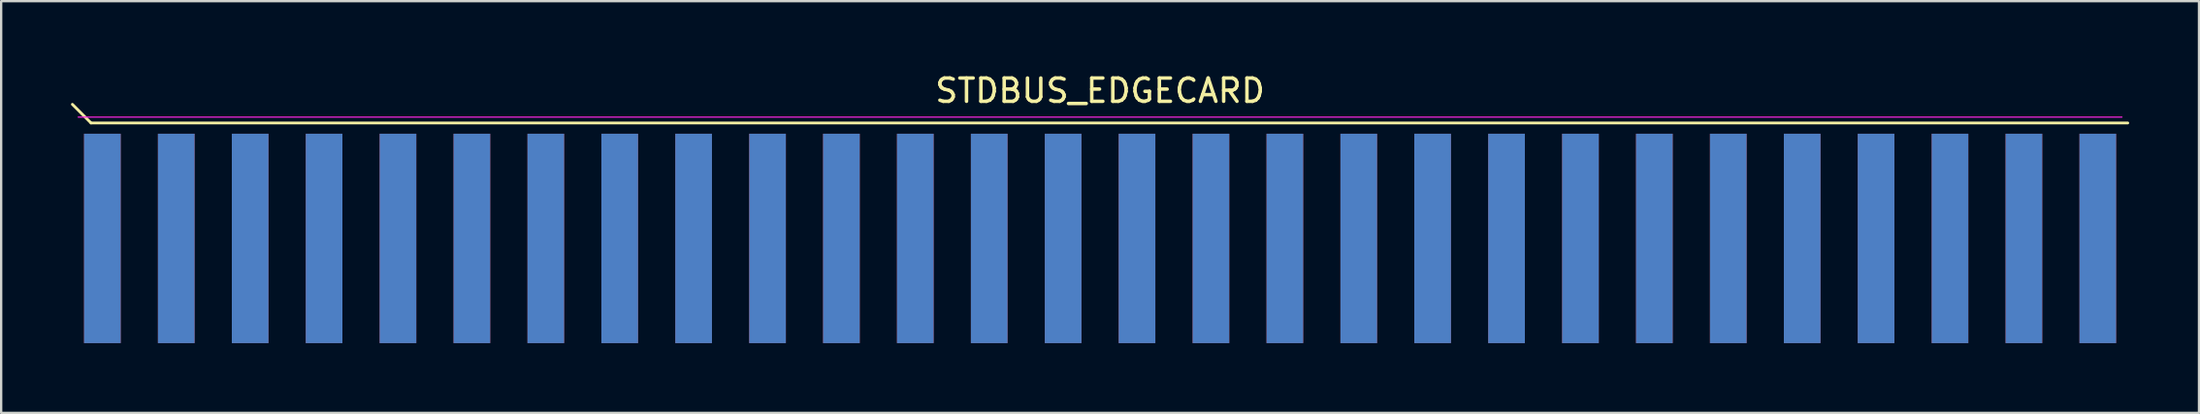
<source format=kicad_pcb>
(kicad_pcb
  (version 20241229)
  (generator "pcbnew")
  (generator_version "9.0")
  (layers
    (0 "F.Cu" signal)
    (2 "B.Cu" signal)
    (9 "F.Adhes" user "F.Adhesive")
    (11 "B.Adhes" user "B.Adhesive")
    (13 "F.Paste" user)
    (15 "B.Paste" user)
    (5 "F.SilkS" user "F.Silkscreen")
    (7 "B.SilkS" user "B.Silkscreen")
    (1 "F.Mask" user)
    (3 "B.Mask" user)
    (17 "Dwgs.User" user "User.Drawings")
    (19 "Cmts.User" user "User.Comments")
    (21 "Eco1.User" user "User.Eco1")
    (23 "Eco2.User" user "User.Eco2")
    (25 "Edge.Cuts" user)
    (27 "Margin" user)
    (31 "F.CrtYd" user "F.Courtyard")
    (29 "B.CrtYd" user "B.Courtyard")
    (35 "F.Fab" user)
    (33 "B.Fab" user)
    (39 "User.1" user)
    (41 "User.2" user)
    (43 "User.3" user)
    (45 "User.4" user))
  (footprint "STDBUS_EDGECARD"
    (layer "F.Cu")
    (at 44.21 7.198)
    (property "Reference" "STDBUS_EDGECARD" (at 0 -6.35 180) (layer "F.SilkS") (effects (font (size 1 1) (thickness 0.15))))
    (attr smd)
    (fp_line (start -43.35 -4.963) (end -44.15 -5.763) (stroke (width 0.12) (type solid)) (layer "F.SilkS"))
    (fp_line (start 44.15 -4.963) (end -43.35 -4.963) (stroke (width 0.12) (type solid)) (layer "F.SilkS"))
    (fp_line (start 43.9 -5.213) (end -43.9 -5.213) (stroke (width 0.05) (type solid)) (layer "F.CrtYd"))
    (pad "1" smd rect (at -42.862 0) (size 1.575 9) (layers "F.Cu" "F.Mask" "F.Paste"))
    (pad "2" smd rect (at -42.862 0) (size 1.575 9) (layers "B.Cu" "B.Mask" "B.Paste"))
    (pad "3" smd rect (at -39.688 0) (size 1.575 9) (layers "F.Cu" "F.Mask" "F.Paste"))
    (pad "4" smd rect (at -39.688 0) (size 1.575 9) (layers "B.Cu" "B.Mask" "B.Paste"))
    (pad "5" smd rect (at -36.513 0) (size 1.575 9) (layers "F.Cu" "F.Mask" "F.Paste"))
    (pad "6" smd rect (at -36.513 0) (size 1.575 9) (layers "B.Cu" "B.Mask" "B.Paste"))
    (pad "7" smd rect (at -33.337 0) (size 1.575 9) (layers "F.Cu" "F.Mask" "F.Paste"))
    (pad "8" smd rect (at -33.337 0) (size 1.575 9) (layers "B.Cu" "B.Mask" "B.Paste"))
    (pad "9" smd rect (at -30.163 0) (size 1.575 9) (layers "F.Cu" "F.Mask" "F.Paste"))
    (pad "10" smd rect (at -30.163 0) (size 1.575 9) (layers "B.Cu" "B.Mask" "B.Paste"))
    (pad "11" smd rect (at -26.988 0) (size 1.575 9) (layers "F.Cu" "F.Mask" "F.Paste"))
    (pad "12" smd rect (at -26.988 0) (size 1.575 9) (layers "B.Cu" "B.Mask" "B.Paste"))
    (pad "13" smd rect (at -23.812 0) (size 1.575 9) (layers "F.Cu" "F.Mask" "F.Paste"))
    (pad "14" smd rect (at -23.812 0) (size 1.575 9) (layers "B.Cu" "B.Mask" "B.Paste"))
    (pad "15" smd rect (at -20.637 0) (size 1.575 9) (layers "F.Cu" "F.Mask" "F.Paste"))
    (pad "16" smd rect (at -20.637 0) (size 1.575 9) (layers "B.Cu" "B.Mask" "B.Paste"))
    (pad "17" smd rect (at -17.462 0) (size 1.575 9) (layers "F.Cu" "F.Mask" "F.Paste"))
    (pad "18" smd rect (at -17.462 0) (size 1.575 9) (layers "B.Cu" "B.Mask" "B.Paste"))
    (pad "19" smd rect (at -14.287 0) (size 1.575 9) (layers "F.Cu" "F.Mask" "F.Paste"))
    (pad "20" smd rect (at -14.287 0) (size 1.575 9) (layers "B.Cu" "B.Mask" "B.Paste"))
    (pad "21" smd rect (at -11.113 0) (size 1.575 9) (layers "F.Cu" "F.Mask" "F.Paste"))
    (pad "22" smd rect (at -11.113 0) (size 1.575 9) (layers "B.Cu" "B.Mask" "B.Paste"))
    (pad "23" smd rect (at -7.938 0) (size 1.575 9) (layers "F.Cu" "F.Mask" "F.Paste"))
    (pad "24" smd rect (at -7.938 0) (size 1.575 9) (layers "B.Cu" "B.Mask" "B.Paste"))
    (pad "25" smd rect (at -4.763 0) (size 1.575 9) (layers "F.Cu" "F.Mask" "F.Paste"))
    (pad "26" smd rect (at -4.763 0) (size 1.575 9) (layers "B.Cu" "B.Mask" "B.Paste"))
    (pad "27" smd rect (at -1.587 0) (size 1.575 9) (layers "F.Cu" "F.Mask" "F.Paste"))
    (pad "28" smd rect (at -1.587 0) (size 1.575 9) (layers "B.Cu" "B.Mask" "B.Paste"))
    (pad "29" smd rect (at 1.587 0) (size 1.575 9) (layers "F.Cu" "F.Mask" "F.Paste"))
    (pad "30" smd rect (at 1.587 0) (size 1.575 9) (layers "B.Cu" "B.Mask" "B.Paste"))
    (pad "31" smd rect (at 4.763 0) (size 1.575 9) (layers "F.Cu" "F.Mask" "F.Paste"))
    (pad "32" smd rect (at 4.763 0) (size 1.575 9) (layers "B.Cu" "B.Mask" "B.Paste"))
    (pad "33" smd rect (at 7.938 0) (size 1.575 9) (layers "F.Cu" "F.Mask" "F.Paste"))
    (pad "34" smd rect (at 7.938 0) (size 1.575 9) (layers "B.Cu" "B.Mask" "B.Paste"))
    (pad "35" smd rect (at 11.113 0) (size 1.575 9) (layers "F.Cu" "F.Mask" "F.Paste"))
    (pad "36" smd rect (at 11.113 0) (size 1.575 9) (layers "B.Cu" "B.Mask" "B.Paste"))
    (pad "37" smd rect (at 14.287 0) (size 1.575 9) (layers "F.Cu" "F.Mask" "F.Paste"))
    (pad "38" smd rect (at 14.287 0) (size 1.575 9) (layers "B.Cu" "B.Mask" "B.Paste"))
    (pad "39" smd rect (at 17.462 0) (size 1.575 9) (layers "F.Cu" "F.Mask" "F.Paste"))
    (pad "40" smd rect (at 17.462 0) (size 1.575 9) (layers "B.Cu" "B.Mask" "B.Paste"))
    (pad "41" smd rect (at 20.637 0) (size 1.575 9) (layers "F.Cu" "F.Mask" "F.Paste"))
    (pad "42" smd rect (at 20.637 0) (size 1.575 9) (layers "B.Cu" "B.Mask" "B.Paste"))
    (pad "43" smd rect (at 23.812 0) (size 1.575 9) (layers "F.Cu" "F.Mask" "F.Paste"))
    (pad "44" smd rect (at 23.812 0) (size 1.575 9) (layers "B.Cu" "B.Mask" "B.Paste"))
    (pad "45" smd rect (at 26.988 0) (size 1.575 9) (layers "F.Cu" "F.Mask" "F.Paste"))
    (pad "46" smd rect (at 26.988 0) (size 1.575 9) (layers "B.Cu" "B.Mask" "B.Paste"))
    (pad "47" smd rect (at 30.163 0) (size 1.575 9) (layers "F.Cu" "F.Mask" "F.Paste"))
    (pad "48" smd rect (at 30.163 0) (size 1.575 9) (layers "B.Cu" "B.Mask" "B.Paste"))
    (pad "49" smd rect (at 33.337 0) (size 1.575 9) (layers "F.Cu" "F.Mask" "F.Paste"))
    (pad "50" smd rect (at 33.337 0) (size 1.575 9) (layers "B.Cu" "B.Mask" "B.Paste"))
    (pad "51" smd rect (at 36.513 0) (size 1.575 9) (layers "F.Cu" "F.Mask" "F.Paste"))
    (pad "52" smd rect (at 36.513 0) (size 1.575 9) (layers "B.Cu" "B.Mask" "B.Paste"))
    (pad "53" smd rect (at 39.688 0) (size 1.575 9) (layers "F.Cu" "F.Mask" "F.Paste"))
    (pad "54" smd rect (at 39.688 0) (size 1.575 9) (layers "B.Cu" "B.Mask" "B.Paste"))
    (pad "55" smd rect (at 42.862 0) (size 1.575 9) (layers "F.Cu" "F.Mask" "F.Paste"))
    (pad "56" smd rect (at 42.862 0) (size 1.575 9) (layers "B.Cu" "B.Mask" "B.Paste")))
  (gr_rect
    (start -3 -3)
    (end 91.42 14.698)
    (stroke (width 0.1) (type default))
    (fill no)
    (layer "Edge.Cuts")))
</source>
